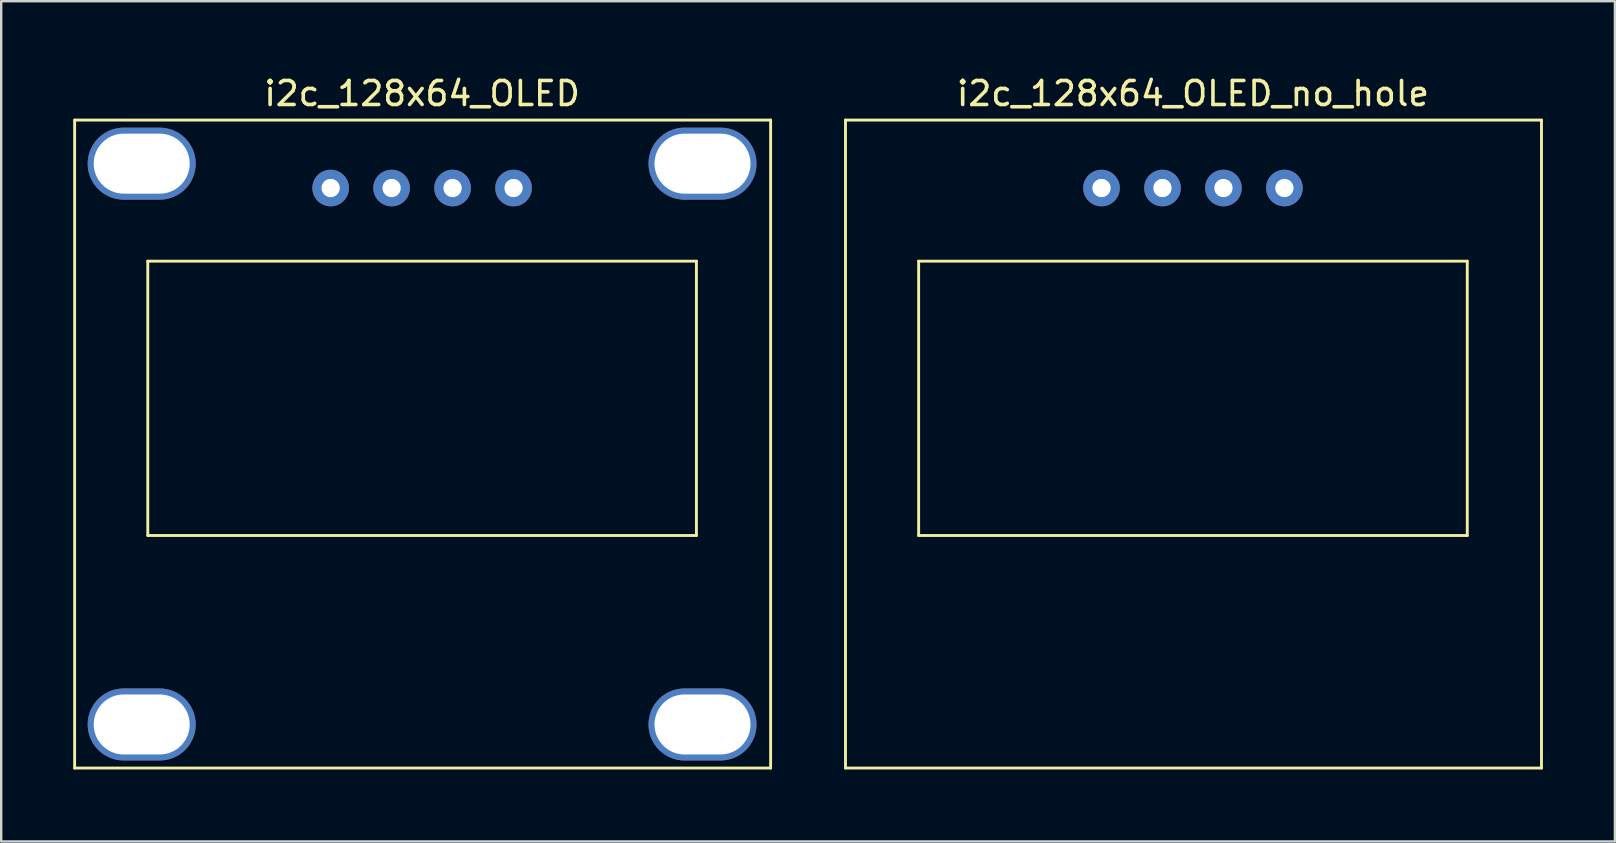
<source format=kicad_pcb>
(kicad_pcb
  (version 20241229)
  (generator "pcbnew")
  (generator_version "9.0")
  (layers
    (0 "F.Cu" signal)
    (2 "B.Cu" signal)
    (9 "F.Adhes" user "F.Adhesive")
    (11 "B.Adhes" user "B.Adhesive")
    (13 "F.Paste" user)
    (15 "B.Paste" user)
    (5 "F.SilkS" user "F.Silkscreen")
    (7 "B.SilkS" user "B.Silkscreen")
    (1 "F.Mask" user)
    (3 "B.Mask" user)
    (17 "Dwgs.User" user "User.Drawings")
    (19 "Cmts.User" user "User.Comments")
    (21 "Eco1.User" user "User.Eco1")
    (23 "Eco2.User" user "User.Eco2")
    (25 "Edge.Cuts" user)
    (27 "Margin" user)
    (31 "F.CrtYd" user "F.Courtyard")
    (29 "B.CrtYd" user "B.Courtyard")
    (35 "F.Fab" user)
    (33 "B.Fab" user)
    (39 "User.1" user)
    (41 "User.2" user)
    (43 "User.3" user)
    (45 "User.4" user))
  (footprint "i2c_128x64_OLED_no_hole"
    (layer "F.Cu")
    (at 46.658 15.453)
    (property "Reference" "i2c_128x64_OLED_no_hole" (at 0 -14.605 0) (layer "F.SilkS") (effects (font (size 1 1) (thickness 0.15))))
    (attr through_hole)
    (fp_line (start -14.478 -13.5) (end -14.478 13.5) (stroke (width 0.12) (type solid)) (layer "F.SilkS"))
    (fp_line (start -14.478 -13.5) (end 14.522 -13.5) (stroke (width 0.12) (type solid)) (layer "F.SilkS"))
    (fp_line (start -14.478 13.5) (end 14.522 13.5) (stroke (width 0.12) (type solid)) (layer "F.SilkS"))
    (fp_line (start -11.43 -7.62) (end 11.43 -7.62) (stroke (width 0.12) (type solid)) (layer "F.SilkS"))
    (fp_line (start -11.43 3.81) (end -11.43 -7.62) (stroke (width 0.12) (type solid)) (layer "F.SilkS"))
    (fp_line (start 11.43 -7.62) (end 11.43 3.81) (stroke (width 0.12) (type solid)) (layer "F.SilkS"))
    (fp_line (start 11.43 3.81) (end -11.43 3.81) (stroke (width 0.12) (type solid)) (layer "F.SilkS"))
    (fp_line (start 14.522 -13.5) (end 14.522 13.5) (stroke (width 0.12) (type solid)) (layer "F.SilkS"))
    (pad "1" thru_hole circle (at -3.81 -10.668) (size 1.524 1.524) (drill 0.762) (layers "*.Cu" "*.Mask"))
    (pad "2" thru_hole circle (at -1.27 -10.668) (size 1.524 1.524) (drill 0.762) (layers "*.Cu" "*.Mask"))
    (pad "3" thru_hole circle (at 1.27 -10.668) (size 1.524 1.524) (drill 0.762) (layers "*.Cu" "*.Mask"))
    (pad "4" thru_hole circle (at 3.81 -10.668) (size 1.524 1.524) (drill 0.762) (layers "*.Cu" "*.Mask")))
  (footprint "i2c_128x64_OLED"
    (layer "F.Cu")
    (at 14.538 15.453)
    (property "Reference" "i2c_128x64_OLED" (at 0 -14.605 0) (layer "F.SilkS") (effects (font (size 1 1) (thickness 0.15))))
    (attr through_hole)
    (fp_line (start -14.478 -13.5) (end -14.478 13.5) (stroke (width 0.12) (type solid)) (layer "F.SilkS"))
    (fp_line (start -14.478 -13.5) (end 14.522 -13.5) (stroke (width 0.12) (type solid)) (layer "F.SilkS"))
    (fp_line (start -14.478 13.5) (end 14.522 13.5) (stroke (width 0.12) (type solid)) (layer "F.SilkS"))
    (fp_line (start -11.43 -7.62) (end 11.43 -7.62) (stroke (width 0.12) (type solid)) (layer "F.SilkS"))
    (fp_line (start -11.43 3.81) (end -11.43 -7.62) (stroke (width 0.12) (type solid)) (layer "F.SilkS"))
    (fp_line (start 11.43 -7.62) (end 11.43 3.81) (stroke (width 0.12) (type solid)) (layer "F.SilkS"))
    (fp_line (start 11.43 3.81) (end -11.43 3.81) (stroke (width 0.12) (type solid)) (layer "F.SilkS"))
    (fp_line (start 14.522 -13.5) (end 14.522 13.5) (stroke (width 0.12) (type solid)) (layer "F.SilkS"))
    (pad "" thru_hole oval (at -11.684 -11.684) (size 4.5 3) (drill oval 4 2.5) (layers "*.Cu" "*.Mask"))
    (pad "" thru_hole oval (at -11.684 11.684) (size 4.5 3) (drill oval 4 2.5) (layers "*.Cu" "*.Mask"))
    (pad "" thru_hole oval (at 11.684 -11.684) (size 4.5 3) (drill oval 4 2.5) (layers "*.Cu" "*.Mask"))
    (pad "" thru_hole oval (at 11.684 11.684) (size 4.5 3) (drill oval 4 2.5) (layers "*.Cu" "*.Mask"))
    (pad "1" thru_hole circle (at -3.81 -10.668) (size 1.524 1.524) (drill 0.762) (layers "*.Cu" "*.Mask"))
    (pad "2" thru_hole circle (at -1.27 -10.668) (size 1.524 1.524) (drill 0.762) (layers "*.Cu" "*.Mask"))
    (pad "3" thru_hole circle (at 1.27 -10.668) (size 1.524 1.524) (drill 0.762) (layers "*.Cu" "*.Mask"))
    (pad "4" thru_hole circle (at 3.81 -10.668) (size 1.524 1.524) (drill 0.762) (layers "*.Cu" "*.Mask")))
  (gr_rect
    (start -3 -3)
    (end 64.24 32.013)
    (stroke (width 0.1) (type default))
    (fill no)
    (layer "Edge.Cuts")))
</source>
